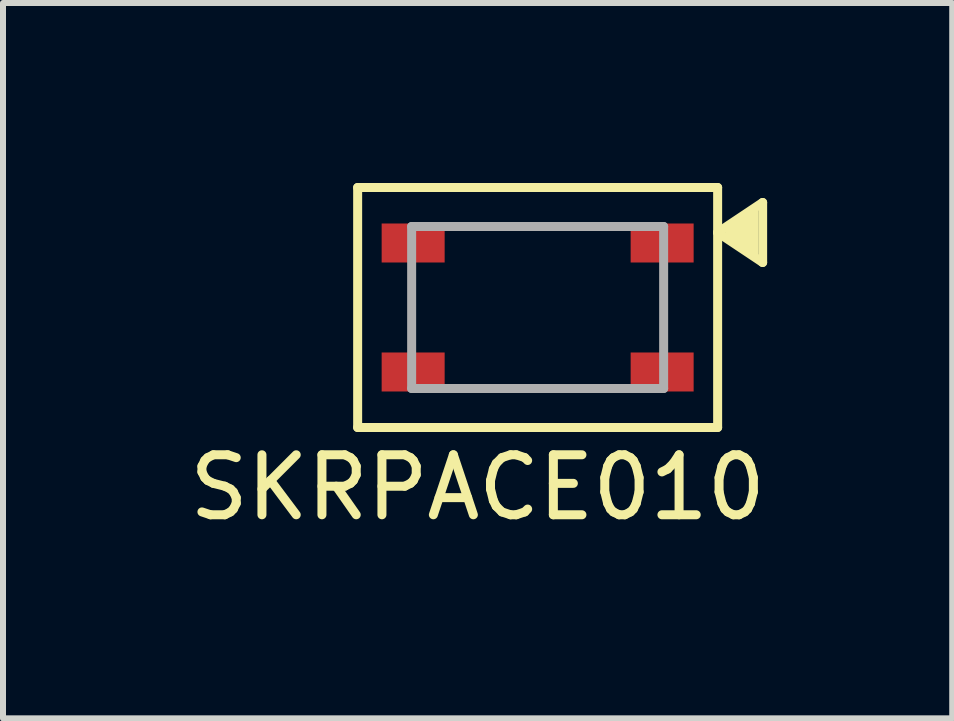
<source format=kicad_pcb>
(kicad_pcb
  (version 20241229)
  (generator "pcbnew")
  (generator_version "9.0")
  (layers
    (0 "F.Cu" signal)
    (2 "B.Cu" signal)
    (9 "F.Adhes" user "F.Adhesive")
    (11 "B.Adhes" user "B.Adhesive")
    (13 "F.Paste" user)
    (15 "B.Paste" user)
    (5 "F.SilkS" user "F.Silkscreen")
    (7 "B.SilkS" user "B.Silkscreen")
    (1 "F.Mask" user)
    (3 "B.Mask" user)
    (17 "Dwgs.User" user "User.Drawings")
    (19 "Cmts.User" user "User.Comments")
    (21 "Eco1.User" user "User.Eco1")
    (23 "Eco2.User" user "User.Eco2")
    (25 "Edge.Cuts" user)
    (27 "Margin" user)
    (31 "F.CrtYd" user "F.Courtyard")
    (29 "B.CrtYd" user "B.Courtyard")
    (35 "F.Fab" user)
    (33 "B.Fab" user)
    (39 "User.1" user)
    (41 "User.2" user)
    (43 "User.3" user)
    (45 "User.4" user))
  (footprint "SKRPACE010"
    (layer "F.Cu")
    (at 5.911 2.075)
    (property "Reference" "SKRPACE010" (at -1 3 0) (layer "F.SilkS") (effects (font (size 1 1) (thickness 0.15))))
    (attr through_hole)
    (fp_line (start -3 -2) (end 3 -2) (stroke (width 0.15) (type solid)) (layer "F.SilkS"))
    (fp_line (start -3 2) (end -3 -2) (stroke (width 0.15) (type solid)) (layer "F.SilkS"))
    (fp_line (start 3 -2) (end 3 2) (stroke (width 0.15) (type solid)) (layer "F.SilkS"))
    (fp_line (start 3 -1.25) (end 3.75 -1.75) (stroke (width 0.15) (type solid)) (layer "F.SilkS"))
    (fp_line (start 3 2) (end -3 2) (stroke (width 0.15) (type solid)) (layer "F.SilkS"))
    (fp_line (start 3.2 -1.3) (end 3.2 -1.2) (stroke (width 0.15) (type solid)) (layer "F.SilkS"))
    (fp_line (start 3.3 -1.1) (end 3.3 -1.4) (stroke (width 0.15) (type solid)) (layer "F.SilkS"))
    (fp_line (start 3.4 -1.4) (end 3.4 -1.1) (stroke (width 0.15) (type solid)) (layer "F.SilkS"))
    (fp_line (start 3.5 -1) (end 3.5 -1.5) (stroke (width 0.15) (type solid)) (layer "F.SilkS"))
    (fp_line (start 3.6 -1.6) (end 3.6 -0.9) (stroke (width 0.15) (type solid)) (layer "F.SilkS"))
    (fp_line (start 3.75 -1.75) (end 3.75 -0.75) (stroke (width 0.15) (type solid)) (layer "F.SilkS"))
    (fp_line (start 3.75 -0.75) (end 3 -1.25) (stroke (width 0.15) (type solid)) (layer "F.SilkS"))
    (fp_line (start -2.1 -1.35) (end 2.1 -1.35) (stroke (width 0.15) (type solid)) (layer "F.Fab"))
    (fp_line (start -2.1 1.35) (end -2.1 -1.35) (stroke (width 0.15) (type solid)) (layer "F.Fab"))
    (fp_line (start 2.1 -1.35) (end 2.1 1.35) (stroke (width 0.15) (type solid)) (layer "F.Fab"))
    (fp_line (start 2.1 1.35) (end -2.1 1.35) (stroke (width 0.15) (type solid)) (layer "F.Fab"))
    (pad "1" smd rect (at -2.075 -1.075) (size 1.05 0.65) (layers "F.Cu" "F.Mask" "F.Paste"))
    (pad "1" smd rect (at 2.075 -1.075) (size 1.05 0.65) (layers "F.Cu" "F.Mask" "F.Paste"))
    (pad "2" smd rect (at -2.075 1.075) (size 1.05 0.65) (layers "F.Cu" "F.Mask" "F.Paste"))
    (pad "2" smd rect (at 2.075 1.075) (size 1.05 0.65) (layers "F.Cu" "F.Mask" "F.Paste")))
  (gr_rect
    (start -3 -3)
    (end 12.821 8.923)
    (stroke (width 0.1) (type default))
    (fill no)
    (layer "Edge.Cuts")))
</source>
